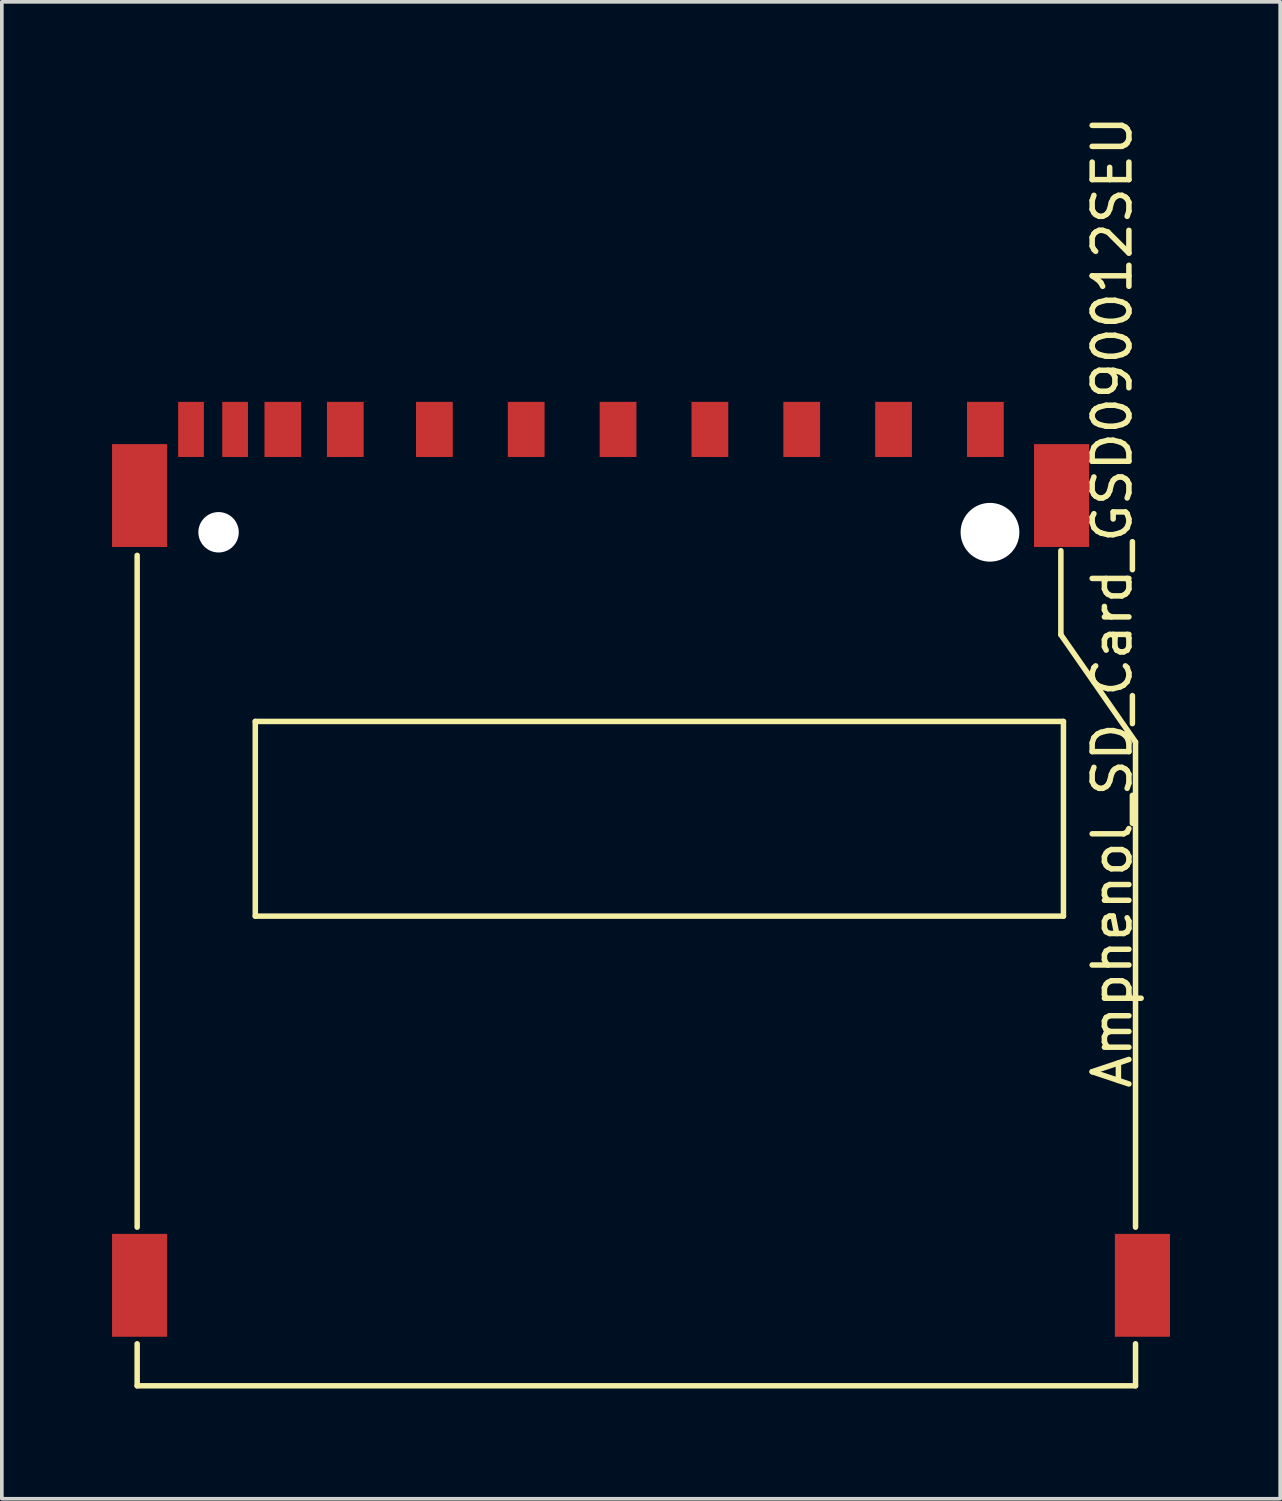
<source format=kicad_pcb>
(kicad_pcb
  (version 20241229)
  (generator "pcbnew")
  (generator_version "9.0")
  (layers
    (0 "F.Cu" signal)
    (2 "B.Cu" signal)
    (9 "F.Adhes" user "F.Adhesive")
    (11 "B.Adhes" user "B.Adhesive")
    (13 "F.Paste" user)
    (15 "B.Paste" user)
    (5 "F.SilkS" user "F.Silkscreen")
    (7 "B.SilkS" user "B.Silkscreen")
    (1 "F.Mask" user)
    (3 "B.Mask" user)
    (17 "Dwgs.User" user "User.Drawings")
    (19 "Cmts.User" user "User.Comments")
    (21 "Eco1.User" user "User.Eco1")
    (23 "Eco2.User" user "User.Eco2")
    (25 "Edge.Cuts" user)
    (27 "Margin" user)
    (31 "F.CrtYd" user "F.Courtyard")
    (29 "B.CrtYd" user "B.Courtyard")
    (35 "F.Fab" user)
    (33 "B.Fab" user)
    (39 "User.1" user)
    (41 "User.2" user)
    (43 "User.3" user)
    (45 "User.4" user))
  (footprint "Amphenol_SD_Card_GSD090012SEU"
    (layer "F.Cu")
    (at 14.4 21.594)
    (property "Reference" "Amphenol_SD_Card_GSD090012SEU" (at 12.827 -8.255 90) (layer "F.SilkS") (effects (font (size 1 1) (thickness 0.15))))
    (attr smd)
    (fp_line (start -13.716 8.763) (end -13.716 -9.525) (stroke (width 0.15) (type solid)) (layer "F.SilkS"))
    (fp_line (start -13.716 11.938) (end -13.716 13.081) (stroke (width 0.15) (type solid)) (layer "F.SilkS"))
    (fp_line (start -13.716 13.081) (end 13.462 13.081) (stroke (width 0.15) (type solid)) (layer "F.SilkS"))
    (fp_line (start -10.5 -5.004) (end -10.5 0.296) (stroke (width 0.15) (type solid)) (layer "F.SilkS"))
    (fp_line (start -10.5 -5.004) (end 11.5 -5.004) (stroke (width 0.15) (type solid)) (layer "F.SilkS"))
    (fp_line (start -10.5 0.296) (end 11.5 0.296) (stroke (width 0.15) (type solid)) (layer "F.SilkS"))
    (fp_line (start 11.43 -9.652) (end 11.43 -7.366) (stroke (width 0.15) (type solid)) (layer "F.SilkS"))
    (fp_line (start 11.43 -7.366) (end 13.462 -4.445) (stroke (width 0.15) (type solid)) (layer "F.SilkS"))
    (fp_line (start 11.5 -5.004) (end 11.5 0.296) (stroke (width 0.15) (type solid)) (layer "F.SilkS"))
    (fp_line (start 13.462 8.763) (end 13.462 -4.445) (stroke (width 0.15) (type solid)) (layer "F.SilkS"))
    (fp_line (start 13.462 13.081) (end 13.462 11.938) (stroke (width 0.15) (type solid)) (layer "F.SilkS"))
    (pad "" np_thru_hole circle (at -11.5 -10.154) (size 1.1 1.1) (drill 1.1) (layers "*.Mask" "F.Cu"))
    (pad "" np_thru_hole circle (at 9.5 -10.154) (size 1.6 1.6) (drill 1.6) (layers "*.Mask" "F.Cu"))
    (pad "1" smd rect (at 6.875 -12.954) (size 1 1.5) (layers "F.Cu" "F.Mask" "F.Paste"))
    (pad "2" smd rect (at 4.375 -12.954) (size 1 1.5) (layers "F.Cu" "F.Mask" "F.Paste"))
    (pad "3" smd rect (at 1.875 -12.954) (size 1 1.5) (layers "F.Cu" "F.Mask" "F.Paste"))
    (pad "4" smd rect (at -0.625 -12.954) (size 1 1.5) (layers "F.Cu" "F.Mask" "F.Paste"))
    (pad "5" smd rect (at -3.125 -12.954) (size 1 1.5) (layers "F.Cu" "F.Mask" "F.Paste"))
    (pad "6" smd rect (at -5.625 -12.954) (size 1 1.5) (layers "F.Cu" "F.Mask" "F.Paste"))
    (pad "7" smd rect (at -8.05 -12.954) (size 1 1.5) (layers "F.Cu" "F.Mask" "F.Paste"))
    (pad "8" smd rect (at -9.75 -12.954) (size 1 1.5) (layers "F.Cu" "F.Mask" "F.Paste"))
    (pad "9" smd rect (at 9.375 -12.954) (size 1 1.5) (layers "F.Cu" "F.Mask" "F.Paste"))
    (pad "10" smd rect (at -11.05 -12.954) (size 0.7 1.5) (layers "F.Cu" "F.Mask" "F.Paste"))
    (pad "11" smd rect (at -12.25 -12.954) (size 0.7 1.5) (layers "F.Cu" "F.Mask" "F.Paste"))
    (pad "12" connect rect (at -13.65 -11.154) (size 1.5 2.8) (layers "F.Cu" "F.Mask"))
    (pad "12" connect rect (at 11.45 -11.154) (size 1.5 2.8) (layers "F.Cu" "F.Mask"))
    (pad "13" connect rect (at -13.65 10.346) (size 1.5 2.8) (layers "F.Cu" "F.Mask"))
    (pad "13" connect rect (at 13.65 10.346) (size 1.5 2.8) (layers "F.Cu" "F.Mask")))
  (gr_rect
    (start -3 -3)
    (end 31.8 37.75)
    (stroke (width 0.1) (type default))
    (fill no)
    (layer "Edge.Cuts")))
</source>
